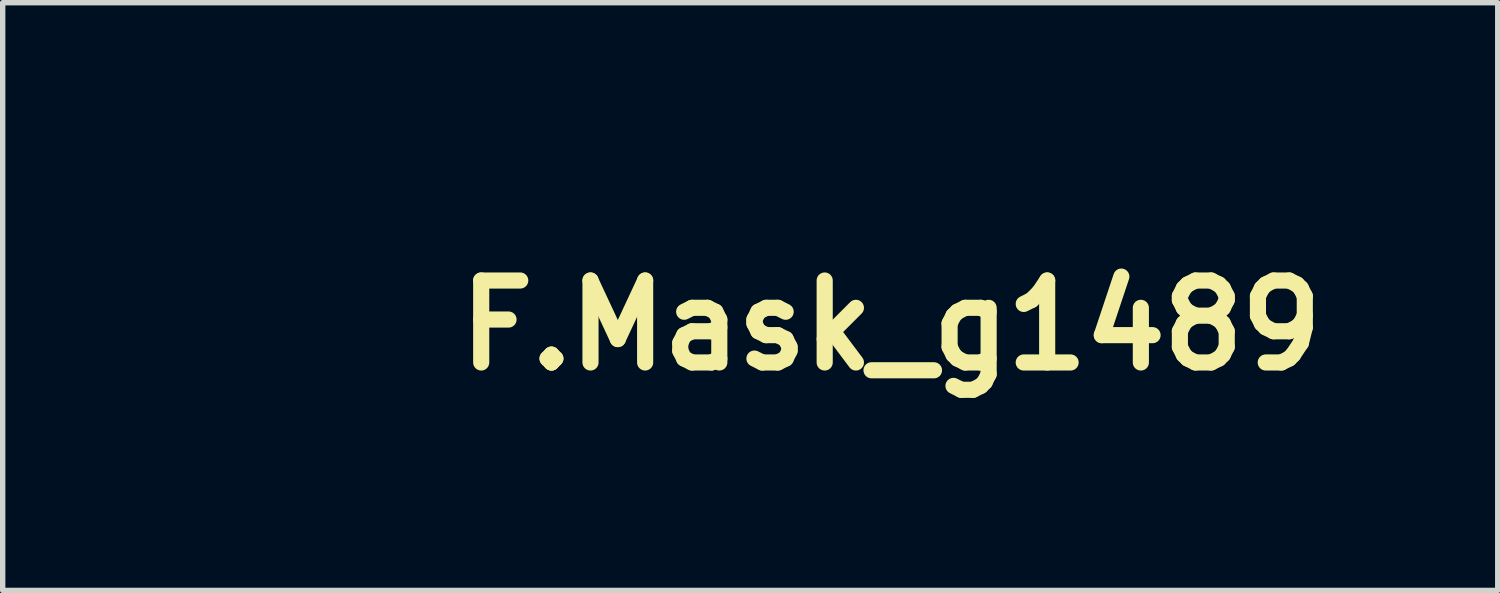
<source format=kicad_pcb>
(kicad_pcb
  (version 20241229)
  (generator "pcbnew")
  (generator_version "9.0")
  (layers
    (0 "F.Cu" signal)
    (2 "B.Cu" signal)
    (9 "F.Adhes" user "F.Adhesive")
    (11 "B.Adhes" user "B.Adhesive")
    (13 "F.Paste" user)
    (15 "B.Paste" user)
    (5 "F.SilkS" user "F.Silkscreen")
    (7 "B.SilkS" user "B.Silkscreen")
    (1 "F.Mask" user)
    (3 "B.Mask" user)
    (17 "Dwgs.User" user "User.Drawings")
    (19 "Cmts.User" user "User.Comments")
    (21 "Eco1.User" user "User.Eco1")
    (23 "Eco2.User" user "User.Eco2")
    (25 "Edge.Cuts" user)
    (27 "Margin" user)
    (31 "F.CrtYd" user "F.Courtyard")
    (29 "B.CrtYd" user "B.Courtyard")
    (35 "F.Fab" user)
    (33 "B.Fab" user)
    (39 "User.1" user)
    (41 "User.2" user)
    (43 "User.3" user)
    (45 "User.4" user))
  (footprint "F.Mask_g1489"
    (layer "F.Cu")
    (at 13.517 3)
    (property "Reference" "F.Mask_g1489" (at 0 0 0) (layer "F.SilkS") (effects (font (size 1.524 1.524) (thickness 0.3))))
    (attr through_hole)
    (fp_poly (pts (xy -5.44 -1.185) (xy -5.609 -1.185) (xy -5.609 -2.413) (xy -5.44 -2.413) (xy -5.44 -1.185)) (stroke (width 0.01) (type solid)) (fill yes) (layer "F.Mask"))
    (fp_poly (pts (xy -2.117 -1.185) (xy -2.307 -1.185) (xy -2.307 -2.413) (xy -2.117 -2.413) (xy -2.117 -1.185)) (stroke (width 0.01) (type solid)) (fill yes) (layer "F.Mask"))
    (fp_poly (pts (xy -2.172 -2.912) (xy -2.128 -2.874) (xy -2.098 -2.797) (xy -2.106 -2.714) (xy -2.117 -2.687) (xy -2.156 -2.653) (xy -2.211 -2.646) (xy -2.266 -2.665) (xy -2.295 -2.693) (xy -2.325 -2.766) (xy -2.316 -2.836) (xy -2.286 -2.879) (xy -2.228 -2.916) (xy -2.172 -2.912)) (stroke (width 0.01) (type solid)) (fill yes) (layer "F.Mask"))
    (fp_poly (pts (xy -5.492 -2.91) (xy -5.487 -2.909) (xy -5.431 -2.871) (xy -5.404 -2.815) (xy -5.404 -2.753) (xy -5.43 -2.698) (xy -5.48 -2.659) (xy -5.518 -2.65) (xy -5.574 -2.654) (xy -5.607 -2.684) (xy -5.608 -2.686) (xy -5.63 -2.758) (xy -5.625 -2.825) (xy -5.597 -2.879) (xy -5.551 -2.911) (xy -5.492 -2.91)) (stroke (width 0.01) (type solid)) (fill yes) (layer "F.Mask"))
    (fp_poly (pts (xy 1.714 1.714) (xy 1.968 1.714) (xy 1.968 1.884) (xy 1.27 1.884) (xy 1.27 1.714) (xy 1.545 1.714) (xy 1.545 0.572) (xy 1.333 0.572) (xy 1.333 0.495) (xy 1.339 0.441) (xy 1.362 0.414) (xy 1.379 0.408) (xy 1.424 0.391) (xy 1.487 0.362) (xy 1.517 0.346) (xy 1.583 0.316) (xy 1.643 0.299) (xy 1.663 0.296) (xy 1.714 0.296) (xy 1.714 1.714)) (stroke (width 0.01) (type solid)) (fill yes) (layer "F.Mask"))
    (fp_poly (pts (xy -2.233 -0.028) (xy -2.199 0.007) (xy -2.164 0.047) (xy -2.142 0.079) (xy -2.139 0.087) (xy -2.15 0.107) (xy -2.182 0.151) (xy -2.226 0.212) (xy -2.279 0.282) (xy -2.332 0.352) (xy -2.381 0.415) (xy -2.419 0.462) (xy -2.439 0.485) (xy -2.441 0.486) (xy -2.455 0.471) (xy -2.482 0.434) (xy -2.484 0.432) (xy -2.508 0.386) (xy -2.512 0.35) (xy -2.494 0.317) (xy -2.461 0.262) (xy -2.418 0.194) (xy -2.371 0.121) (xy -2.325 0.052) (xy -2.286 -0.003) (xy -2.26 -0.036) (xy -2.254 -0.042) (xy -2.233 -0.028)) (stroke (width 0.01) (type solid)) (fill yes) (layer "F.Mask"))
    (fp_poly (pts (xy -2.926 0.654) (xy -2.891 0.665) (xy -2.879 0.703) (xy -2.879 0.714) (xy -2.885 0.796) (xy -2.903 0.842) (xy -2.937 0.857) (xy -2.961 0.855) (xy -3.026 0.862) (xy -3.093 0.905) (xy -3.152 0.977) (xy -3.177 1.025) (xy -3.192 1.062) (xy -3.202 1.105) (xy -3.209 1.162) (xy -3.214 1.239) (xy -3.216 1.344) (xy -3.217 1.483) (xy -3.217 1.498) (xy -3.217 1.884) (xy -3.387 1.884) (xy -3.387 0.677) (xy -3.239 0.677) (xy -3.238 0.778) (xy -3.238 0.878) (xy -3.19 0.799) (xy -3.13 0.717) (xy -3.065 0.671) (xy -2.983 0.654) (xy -2.926 0.654)) (stroke (width 0.01) (type solid)) (fill yes) (layer "F.Mask"))
    (fp_poly (pts (xy -4.902 0.658) (xy -4.819 0.701) (xy -4.752 0.78) (xy -4.721 0.847) (xy -4.71 0.898) (xy -4.701 0.988) (xy -4.693 1.115) (xy -4.687 1.277) (xy -4.683 1.402) (xy -4.672 1.884) (xy -4.866 1.884) (xy -4.872 1.41) (xy -4.875 1.255) (xy -4.878 1.136) (xy -4.881 1.049) (xy -4.886 0.987) (xy -4.893 0.945) (xy -4.902 0.917) (xy -4.914 0.898) (xy -4.919 0.891) (xy -4.979 0.852) (xy -5.049 0.853) (xy -5.129 0.894) (xy -5.165 0.923) (xy -5.249 1) (xy -5.249 1.884) (xy -5.419 1.884) (xy -5.419 0.677) (xy -5.345 0.677) (xy -5.296 0.68) (xy -5.275 0.698) (xy -5.271 0.742) (xy -5.271 0.756) (xy -5.271 0.834) (xy -5.189 0.754) (xy -5.093 0.683) (xy -4.995 0.652) (xy -4.902 0.658)) (stroke (width 0.01) (type solid)) (fill yes) (layer "F.Mask"))
    (fp_poly (pts (xy -8.696 -2.984) (xy -8.695 -2.983) (xy -8.642 -2.966) (xy -8.62 -2.947) (xy -8.62 -2.912) (xy -8.623 -2.896) (xy -8.632 -2.843) (xy -8.636 -2.81) (xy -8.654 -2.799) (xy -8.701 -2.802) (xy -8.706 -2.802) (xy -8.771 -2.807) (xy -8.815 -2.789) (xy -8.844 -2.744) (xy -8.86 -2.665) (xy -8.866 -2.584) (xy -8.873 -2.413) (xy -8.678 -2.413) (xy -8.678 -2.223) (xy -8.869 -2.223) (xy -8.869 -1.185) (xy -9.038 -1.185) (xy -9.038 -2.223) (xy -9.102 -2.223) (xy -9.142 -2.226) (xy -9.16 -2.244) (xy -9.165 -2.289) (xy -9.165 -2.308) (xy -9.162 -2.363) (xy -9.146 -2.391) (xy -9.109 -2.404) (xy -9.102 -2.406) (xy -9.038 -2.418) (xy -9.038 -2.591) (xy -9.028 -2.738) (xy -8.998 -2.85) (xy -8.946 -2.929) (xy -8.871 -2.976) (xy -8.861 -2.979) (xy -8.779 -2.995) (xy -8.696 -2.984)) (stroke (width 0.01) (type solid)) (fill yes) (layer "F.Mask"))
    (fp_poly (pts (xy -6.086 -2.43) (xy -6.036 -2.412) (xy -5.991 -2.374) (xy -5.991 -2.374) (xy -5.959 -2.338) (xy -5.934 -2.297) (xy -5.916 -2.245) (xy -5.902 -2.178) (xy -5.893 -2.089) (xy -5.888 -1.973) (xy -5.885 -1.825) (xy -5.884 -1.667) (xy -5.884 -1.185) (xy -6.054 -1.185) (xy -6.054 -1.631) (xy -6.055 -1.805) (xy -6.058 -1.942) (xy -6.065 -2.046) (xy -6.077 -2.122) (xy -6.094 -2.174) (xy -6.117 -2.208) (xy -6.147 -2.228) (xy -6.167 -2.234) (xy -6.231 -2.24) (xy -6.291 -2.217) (xy -6.356 -2.163) (xy -6.38 -2.137) (xy -6.456 -2.053) (xy -6.456 -1.185) (xy -6.625 -1.185) (xy -6.625 -2.413) (xy -6.553 -2.413) (xy -6.505 -2.409) (xy -6.481 -2.387) (xy -6.468 -2.337) (xy -6.453 -2.262) (xy -6.36 -2.348) (xy -6.302 -2.397) (xy -6.255 -2.423) (xy -6.203 -2.433) (xy -6.158 -2.434) (xy -6.086 -2.43)) (stroke (width 0.01) (type solid)) (fill yes) (layer "F.Mask"))
    (fp_poly (pts (xy -4.36 -1.984) (xy -4.359 -1.848) (xy -4.356 -1.722) (xy -4.351 -1.613) (xy -4.346 -1.53) (xy -4.339 -1.48) (xy -4.338 -1.477) (xy -4.302 -1.4) (xy -4.249 -1.361) (xy -4.183 -1.359) (xy -4.11 -1.396) (xy -4.061 -1.44) (xy -3.979 -1.526) (xy -3.979 -2.413) (xy -3.788 -2.413) (xy -3.794 -1.804) (xy -3.799 -1.196) (xy -3.868 -1.189) (xy -3.912 -1.188) (xy -3.935 -1.204) (xy -3.947 -1.249) (xy -3.949 -1.266) (xy -3.963 -1.348) (xy -4.041 -1.264) (xy -4.096 -1.212) (xy -4.146 -1.184) (xy -4.212 -1.172) (xy -4.224 -1.171) (xy -4.307 -1.171) (xy -4.371 -1.19) (xy -4.396 -1.204) (xy -4.435 -1.234) (xy -4.465 -1.273) (xy -4.489 -1.326) (xy -4.506 -1.397) (xy -4.518 -1.492) (xy -4.525 -1.615) (xy -4.529 -1.771) (xy -4.53 -1.941) (xy -4.53 -2.413) (xy -4.36 -2.413) (xy -4.36 -1.984)) (stroke (width 0.01) (type solid)) (fill yes) (layer "F.Mask"))
    (fp_poly (pts (xy 0.735 -2.803) (xy 0.831 -2.759) (xy 0.912 -2.682) (xy 0.971 -2.573) (xy 0.982 -2.54) (xy 1.008 -2.415) (xy 1.009 -2.288) (xy 0.985 -2.154) (xy 0.934 -2.009) (xy 0.854 -1.847) (xy 0.744 -1.665) (xy 0.689 -1.582) (xy 0.55 -1.376) (xy 1.079 -1.376) (xy 1.079 -1.185) (xy 0.296 -1.185) (xy 0.296 -1.26) (xy 0.301 -1.297) (xy 0.317 -1.341) (xy 0.349 -1.398) (xy 0.399 -1.476) (xy 0.471 -1.579) (xy 0.487 -1.6) (xy 0.617 -1.791) (xy 0.718 -1.961) (xy 0.79 -2.107) (xy 0.831 -2.229) (xy 0.838 -2.267) (xy 0.84 -2.381) (xy 0.815 -2.48) (xy 0.768 -2.558) (xy 0.703 -2.609) (xy 0.631 -2.625) (xy 0.577 -2.611) (xy 0.512 -2.568) (xy 0.47 -2.531) (xy 0.37 -2.438) (xy 0.323 -2.504) (xy 0.276 -2.57) (xy 0.326 -2.634) (xy 0.42 -2.73) (xy 0.523 -2.789) (xy 0.631 -2.813) (xy 0.735 -2.803)) (stroke (width 0.01) (type solid)) (fill yes) (layer "F.Mask"))
    (fp_poly (pts (xy -2.731 -2.413) (xy -2.477 -2.413) (xy -2.477 -2.223) (xy -2.731 -2.223) (xy -2.729 -1.868) (xy -2.727 -1.718) (xy -2.722 -1.594) (xy -2.714 -1.5) (xy -2.704 -1.443) (xy -2.703 -1.439) (xy -2.684 -1.394) (xy -2.66 -1.373) (xy -2.616 -1.366) (xy -2.578 -1.366) (xy -2.518 -1.365) (xy -2.487 -1.355) (xy -2.473 -1.326) (xy -2.466 -1.295) (xy -2.462 -1.237) (xy -2.479 -1.201) (xy -2.525 -1.181) (xy -2.606 -1.17) (xy -2.608 -1.17) (xy -2.694 -1.17) (xy -2.752 -1.186) (xy -2.768 -1.196) (xy -2.806 -1.227) (xy -2.835 -1.262) (xy -2.857 -1.307) (xy -2.872 -1.368) (xy -2.883 -1.451) (xy -2.89 -1.561) (xy -2.894 -1.704) (xy -2.896 -1.794) (xy -2.904 -2.223) (xy -2.965 -2.223) (xy -3.005 -2.226) (xy -3.022 -2.245) (xy -3.027 -2.291) (xy -3.027 -2.306) (xy -3.024 -2.361) (xy -3.007 -2.388) (xy -2.966 -2.401) (xy -2.953 -2.404) (xy -2.879 -2.418) (xy -2.879 -2.752) (xy -2.731 -2.752) (xy -2.731 -2.413)) (stroke (width 0.01) (type solid)) (fill yes) (layer "F.Mask"))
    (fp_poly (pts (xy -1.098 -2.803) (xy -1.004 -2.762) (xy -0.998 -2.757) (xy -0.924 -2.679) (xy -0.868 -2.572) (xy -0.836 -2.445) (xy -0.831 -2.404) (xy -0.832 -2.279) (xy -0.856 -2.148) (xy -0.906 -2.007) (xy -0.983 -1.851) (xy -1.089 -1.675) (xy -1.154 -1.578) (xy -1.291 -1.376) (xy -0.762 -1.376) (xy -0.762 -1.185) (xy -1.545 -1.185) (xy -1.545 -1.26) (xy -1.54 -1.297) (xy -1.523 -1.342) (xy -1.491 -1.4) (xy -1.438 -1.478) (xy -1.364 -1.582) (xy -1.24 -1.761) (xy -1.14 -1.926) (xy -1.065 -2.073) (xy -1.017 -2.199) (xy -1 -2.283) (xy -1.002 -2.399) (xy -1.031 -2.498) (xy -1.083 -2.572) (xy -1.154 -2.615) (xy -1.212 -2.625) (xy -1.262 -2.614) (xy -1.318 -2.578) (xy -1.371 -2.529) (xy -1.421 -2.481) (xy -1.456 -2.448) (xy -1.47 -2.439) (xy -1.484 -2.458) (xy -1.514 -2.497) (xy -1.52 -2.506) (xy -1.566 -2.566) (xy -1.502 -2.647) (xy -1.415 -2.73) (xy -1.313 -2.785) (xy -1.204 -2.81) (xy -1.098 -2.803)) (stroke (width 0.01) (type solid)) (fill yes) (layer "F.Mask"))
    (fp_poly (pts (xy -3.323 -2.413) (xy -3.069 -2.413) (xy -3.069 -2.223) (xy -3.328 -2.223) (xy -3.319 -1.836) (xy -3.315 -1.68) (xy -3.31 -1.56) (xy -3.301 -1.474) (xy -3.288 -1.415) (xy -3.268 -1.379) (xy -3.24 -1.361) (xy -3.204 -1.357) (xy -3.164 -1.36) (xy -3.107 -1.365) (xy -3.078 -1.356) (xy -3.065 -1.326) (xy -3.059 -1.296) (xy -3.055 -1.24) (xy -3.065 -1.203) (xy -3.066 -1.201) (xy -3.107 -1.183) (xy -3.172 -1.172) (xy -3.246 -1.171) (xy -3.313 -1.179) (xy -3.344 -1.19) (xy -3.387 -1.226) (xy -3.429 -1.283) (xy -3.44 -1.302) (xy -3.454 -1.336) (xy -3.466 -1.375) (xy -3.474 -1.426) (xy -3.48 -1.495) (xy -3.484 -1.589) (xy -3.487 -1.715) (xy -3.489 -1.804) (xy -3.496 -2.223) (xy -3.558 -2.223) (xy -3.598 -2.226) (xy -3.615 -2.245) (xy -3.619 -2.291) (xy -3.619 -2.306) (xy -3.616 -2.361) (xy -3.6 -2.388) (xy -3.559 -2.401) (xy -3.546 -2.404) (xy -3.473 -2.417) (xy -3.467 -2.579) (xy -3.461 -2.741) (xy -3.392 -2.748) (xy -3.323 -2.754) (xy -3.323 -2.413)) (stroke (width 0.01) (type solid)) (fill yes) (layer "F.Mask"))
    (fp_poly (pts (xy -4.953 -2.413) (xy -4.699 -2.413) (xy -4.699 -2.223) (xy -4.956 -2.223) (xy -4.949 -1.824) (xy -4.946 -1.669) (xy -4.941 -1.552) (xy -4.934 -1.467) (xy -4.921 -1.411) (xy -4.902 -1.377) (xy -4.875 -1.361) (xy -4.838 -1.358) (xy -4.792 -1.362) (xy -4.737 -1.368) (xy -4.709 -1.359) (xy -4.697 -1.327) (xy -4.692 -1.296) (xy -4.688 -1.24) (xy -4.696 -1.202) (xy -4.699 -1.198) (xy -4.73 -1.186) (xy -4.788 -1.174) (xy -4.835 -1.169) (xy -4.905 -1.165) (xy -4.95 -1.173) (xy -4.987 -1.196) (xy -5.014 -1.221) (xy -5.049 -1.263) (xy -5.076 -1.31) (xy -5.096 -1.371) (xy -5.109 -1.449) (xy -5.117 -1.553) (xy -5.121 -1.687) (xy -5.122 -1.836) (xy -5.122 -2.223) (xy -5.186 -2.223) (xy -5.226 -2.226) (xy -5.245 -2.244) (xy -5.249 -2.289) (xy -5.249 -2.308) (xy -5.246 -2.363) (xy -5.23 -2.391) (xy -5.193 -2.404) (xy -5.188 -2.405) (xy -5.147 -2.42) (xy -5.122 -2.449) (xy -5.108 -2.501) (xy -5.102 -2.584) (xy -5.101 -2.63) (xy -5.101 -2.752) (xy -4.953 -2.752) (xy -4.953 -2.413)) (stroke (width 0.01) (type solid)) (fill yes) (layer "F.Mask"))
    (fp_poly (pts (xy -1.096 0.282) (xy -1.092 0.283) (xy -1.002 0.327) (xy -0.927 0.404) (xy -0.869 0.509) (xy -0.835 0.633) (xy -0.826 0.742) (xy -0.842 0.874) (xy -0.888 1.027) (xy -0.962 1.195) (xy -1.062 1.373) (xy -1.184 1.555) (xy -1.185 1.556) (xy -1.228 1.615) (xy -1.261 1.662) (xy -1.275 1.683) (xy -1.26 1.692) (xy -1.205 1.697) (xy -1.111 1.698) (xy -1.025 1.696) (xy -0.762 1.689) (xy -0.762 1.884) (xy -1.545 1.884) (xy -1.545 1.82) (xy -1.537 1.781) (xy -1.51 1.724) (xy -1.463 1.647) (xy -1.392 1.542) (xy -1.356 1.491) (xy -1.227 1.305) (xy -1.129 1.143) (xy -1.059 1.002) (xy -1.016 0.878) (xy -0.999 0.769) (xy -1.006 0.67) (xy -1.025 0.603) (xy -1.064 0.526) (xy -1.113 0.483) (xy -1.184 0.467) (xy -1.216 0.466) (xy -1.268 0.472) (xy -1.315 0.498) (xy -1.372 0.549) (xy -1.378 0.555) (xy -1.465 0.645) (xy -1.514 0.583) (xy -1.564 0.521) (xy -1.521 0.462) (xy -1.433 0.369) (xy -1.327 0.306) (xy -1.211 0.276) (xy -1.096 0.282)) (stroke (width 0.01) (type solid)) (fill yes) (layer "F.Mask"))
    (fp_poly (pts (xy -13.002 -2.424) (xy -12.904 -2.385) (xy -12.841 -2.332) (xy -12.817 -2.3) (xy -12.816 -2.27) (xy -12.837 -2.224) (xy -12.865 -2.176) (xy -12.892 -2.163) (xy -12.929 -2.183) (xy -12.954 -2.201) (xy -13.031 -2.238) (xy -13.111 -2.238) (xy -13.187 -2.202) (xy -13.253 -2.135) (xy -13.301 -2.04) (xy -13.301 -2.039) (xy -13.326 -1.925) (xy -13.334 -1.793) (xy -13.325 -1.662) (xy -13.301 -1.56) (xy -13.252 -1.462) (xy -13.186 -1.394) (xy -13.108 -1.36) (xy -13.026 -1.361) (xy -12.945 -1.401) (xy -12.937 -1.408) (xy -12.894 -1.441) (xy -12.865 -1.46) (xy -12.862 -1.46) (xy -12.845 -1.444) (xy -12.819 -1.402) (xy -12.815 -1.395) (xy -12.795 -1.348) (xy -12.798 -1.317) (xy -12.827 -1.279) (xy -12.831 -1.276) (xy -12.92 -1.208) (xy -13.028 -1.172) (xy -13.143 -1.168) (xy -13.24 -1.194) (xy -13.34 -1.26) (xy -13.418 -1.36) (xy -13.473 -1.493) (xy -13.505 -1.654) (xy -13.512 -1.799) (xy -13.504 -1.948) (xy -13.482 -2.07) (xy -13.441 -2.178) (xy -13.387 -2.27) (xy -13.31 -2.353) (xy -13.214 -2.408) (xy -13.108 -2.432) (xy -13.002 -2.424)) (stroke (width 0.01) (type solid)) (fill yes) (layer "F.Mask"))
    (fp_poly (pts (xy -7.102 -2.43) (xy -7.052 -2.412) (xy -7.007 -2.374) (xy -7.007 -2.374) (xy -6.975 -2.338) (xy -6.95 -2.297) (xy -6.932 -2.245) (xy -6.918 -2.178) (xy -6.909 -2.089) (xy -6.904 -1.973) (xy -6.901 -1.825) (xy -6.9 -1.667) (xy -6.9 -1.185) (xy -7.07 -1.185) (xy -7.07 -1.641) (xy -7.07 -1.802) (xy -7.072 -1.926) (xy -7.076 -2.019) (xy -7.082 -2.085) (xy -7.09 -2.13) (xy -7.101 -2.157) (xy -7.15 -2.221) (xy -7.211 -2.244) (xy -7.283 -2.226) (xy -7.365 -2.168) (xy -7.366 -2.167) (xy -7.451 -2.091) (xy -7.451 -1.185) (xy -7.536 -1.185) (xy -7.595 -1.192) (xy -7.629 -1.208) (xy -7.632 -1.212) (xy -7.634 -1.24) (xy -7.636 -1.304) (xy -7.637 -1.399) (xy -7.638 -1.519) (xy -7.637 -1.658) (xy -7.636 -1.811) (xy -7.636 -1.821) (xy -7.631 -2.402) (xy -7.569 -2.409) (xy -7.511 -2.403) (xy -7.48 -2.365) (xy -7.472 -2.31) (xy -7.47 -2.284) (xy -7.459 -2.279) (xy -7.431 -2.298) (xy -7.381 -2.343) (xy -7.377 -2.347) (xy -7.319 -2.397) (xy -7.273 -2.423) (xy -7.221 -2.433) (xy -7.174 -2.434) (xy -7.102 -2.43)) (stroke (width 0.01) (type solid)) (fill yes) (layer "F.Mask"))
    (fp_poly (pts (xy -3.662 1.884) (xy -3.736 1.884) (xy -3.788 1.878) (xy -3.814 1.855) (xy -3.823 1.829) (xy -3.836 1.775) (xy -3.892 1.828) (xy -3.988 1.896) (xy -4.09 1.922) (xy -4.196 1.907) (xy -4.224 1.896) (xy -4.316 1.834) (xy -4.388 1.735) (xy -4.438 1.603) (xy -4.467 1.439) (xy -4.473 1.321) (xy -4.29 1.321) (xy -4.283 1.442) (xy -4.262 1.546) (xy -4.242 1.598) (xy -4.182 1.68) (xy -4.109 1.722) (xy -4.029 1.725) (xy -3.946 1.687) (xy -3.911 1.657) (xy -3.852 1.601) (xy -3.852 0.934) (xy -3.914 0.89) (xy -4.002 0.848) (xy -4.084 0.847) (xy -4.159 0.886) (xy -4.223 0.965) (xy -4.238 0.993) (xy -4.268 1.083) (xy -4.285 1.197) (xy -4.29 1.321) (xy -4.473 1.321) (xy -4.474 1.302) (xy -4.465 1.13) (xy -4.436 0.99) (xy -4.384 0.871) (xy -4.306 0.768) (xy -4.296 0.757) (xy -4.233 0.697) (xy -4.177 0.664) (xy -4.113 0.653) (xy -4.024 0.656) (xy -4.022 0.656) (xy -3.97 0.671) (xy -3.911 0.704) (xy -3.903 0.71) (xy -3.838 0.759) (xy -3.848 0.443) (xy -3.858 0.127) (xy -3.662 0.127) (xy -3.662 1.884)) (stroke (width 0.01) (type solid)) (fill yes) (layer "F.Mask"))
    (fp_poly (pts (xy 0.766 0.294) (xy 0.861 0.35) (xy 0.936 0.439) (xy 0.986 0.558) (xy 1.008 0.672) (xy 1.008 0.806) (xy 0.979 0.95) (xy 0.92 1.108) (xy 0.829 1.282) (xy 0.705 1.478) (xy 0.688 1.503) (xy 0.639 1.576) (xy 0.598 1.636) (xy 0.572 1.675) (xy 0.567 1.683) (xy 0.581 1.692) (xy 0.636 1.697) (xy 0.731 1.698) (xy 0.817 1.696) (xy 1.079 1.689) (xy 1.079 1.884) (xy 0.296 1.884) (xy 0.296 1.813) (xy 0.306 1.76) (xy 0.336 1.697) (xy 0.393 1.614) (xy 0.401 1.603) (xy 0.485 1.488) (xy 0.569 1.366) (xy 0.647 1.246) (xy 0.714 1.137) (xy 0.763 1.047) (xy 0.781 1.01) (xy 0.825 0.874) (xy 0.839 0.744) (xy 0.824 0.629) (xy 0.78 0.535) (xy 0.762 0.512) (xy 0.709 0.477) (xy 0.633 0.466) (xy 0.631 0.466) (xy 0.574 0.471) (xy 0.529 0.491) (xy 0.479 0.534) (xy 0.461 0.552) (xy 0.412 0.601) (xy 0.38 0.621) (xy 0.356 0.618) (xy 0.347 0.612) (xy 0.304 0.567) (xy 0.293 0.523) (xy 0.316 0.471) (xy 0.352 0.426) (xy 0.435 0.344) (xy 0.518 0.296) (xy 0.613 0.276) (xy 0.652 0.275) (xy 0.766 0.294)) (stroke (width 0.01) (type solid)) (fill yes) (layer "F.Mask"))
    (fp_poly (pts (xy -5.78 1.042) (xy -5.735 1.219) (xy -5.693 1.383) (xy -5.656 1.53) (xy -5.624 1.656) (xy -5.598 1.755) (xy -5.581 1.823) (xy -5.572 1.856) (xy -5.571 1.857) (xy -5.58 1.875) (xy -5.625 1.883) (xy -5.658 1.884) (xy -5.753 1.884) (xy -5.81 1.64) (xy -5.866 1.397) (xy -6.285 1.397) (xy -6.307 1.476) (xy -6.322 1.537) (xy -6.343 1.621) (xy -6.364 1.712) (xy -6.366 1.72) (xy -6.403 1.884) (xy -6.495 1.884) (xy -6.556 1.879) (xy -6.579 1.866) (xy -6.578 1.857) (xy -6.571 1.832) (xy -6.555 1.769) (xy -6.531 1.675) (xy -6.5 1.554) (xy -6.463 1.41) (xy -6.422 1.249) (xy -6.411 1.206) (xy -6.245 1.206) (xy -5.912 1.206) (xy -5.989 0.869) (xy -6.015 0.755) (xy -6.039 0.656) (xy -6.059 0.579) (xy -6.073 0.531) (xy -6.078 0.519) (xy -6.088 0.531) (xy -6.102 0.576) (xy -6.116 0.64) (xy -6.135 0.731) (xy -6.158 0.839) (xy -6.18 0.931) (xy -6.201 1.017) (xy -6.219 1.093) (xy -6.231 1.145) (xy -6.232 1.148) (xy -6.245 1.206) (xy -6.411 1.206) (xy -6.378 1.074) (xy -6.37 1.042) (xy -6.17 0.254) (xy -6.075 0.254) (xy -5.979 0.254) (xy -5.78 1.042)) (stroke (width 0.01) (type solid)) (fill yes) (layer "F.Mask"))
    (fp_poly (pts (xy -12.186 -2.415) (xy -12.094 -2.374) (xy -12.077 -2.363) (xy -11.994 -2.274) (xy -11.931 -2.157) (xy -11.89 -2.018) (xy -11.869 -1.867) (xy -11.871 -1.71) (xy -11.895 -1.557) (xy -11.943 -1.416) (xy -12.003 -1.311) (xy -12.079 -1.236) (xy -12.177 -1.187) (xy -12.284 -1.167) (xy -12.389 -1.179) (xy -12.435 -1.197) (xy -12.512 -1.246) (xy -12.572 -1.309) (xy -12.625 -1.396) (xy -12.65 -1.446) (xy -12.677 -1.511) (xy -12.695 -1.568) (xy -12.704 -1.63) (xy -12.708 -1.71) (xy -12.709 -1.799) (xy -12.531 -1.799) (xy -12.522 -1.651) (xy -12.495 -1.535) (xy -12.447 -1.445) (xy -12.423 -1.416) (xy -12.351 -1.365) (xy -12.274 -1.354) (xy -12.199 -1.384) (xy -12.163 -1.415) (xy -12.105 -1.503) (xy -12.066 -1.617) (xy -12.047 -1.745) (xy -12.048 -1.878) (xy -12.07 -2.005) (xy -12.111 -2.114) (xy -12.163 -2.188) (xy -12.236 -2.236) (xy -12.315 -2.243) (xy -12.39 -2.211) (xy -12.423 -2.182) (xy -12.479 -2.101) (xy -12.514 -1.996) (xy -12.529 -1.86) (xy -12.531 -1.799) (xy -12.709 -1.799) (xy -12.707 -1.905) (xy -12.702 -1.982) (xy -12.69 -2.044) (xy -12.67 -2.103) (xy -12.648 -2.154) (xy -12.586 -2.265) (xy -12.511 -2.353) (xy -12.432 -2.41) (xy -12.391 -2.426) (xy -12.292 -2.434) (xy -12.186 -2.415)) (stroke (width 0.01) (type solid)) (fill yes) (layer "F.Mask"))
    (fp_poly (pts (xy -2.34 0.656) (xy -2.247 0.698) (xy -2.163 0.777) (xy -2.111 0.857) (xy -2.085 0.922) (xy -2.068 1.005) (xy -2.058 1.118) (xy -2.057 1.138) (xy -2.048 1.333) (xy -2.646 1.333) (xy -2.645 1.402) (xy -2.63 1.493) (xy -2.589 1.587) (xy -2.534 1.666) (xy -2.508 1.69) (xy -2.426 1.729) (xy -2.329 1.73) (xy -2.224 1.694) (xy -2.223 1.693) (xy -2.168 1.669) (xy -2.136 1.67) (xy -2.113 1.702) (xy -2.097 1.743) (xy -2.087 1.779) (xy -2.097 1.806) (xy -2.134 1.836) (xy -2.161 1.853) (xy -2.263 1.898) (xy -2.378 1.918) (xy -2.489 1.91) (xy -2.511 1.904) (xy -2.586 1.863) (xy -2.662 1.791) (xy -2.729 1.7) (xy -2.778 1.599) (xy -2.786 1.573) (xy -2.814 1.43) (xy -2.822 1.272) (xy -2.815 1.185) (xy -2.663 1.185) (xy -2.201 1.185) (xy -2.201 1.116) (xy -2.214 1.039) (xy -2.245 0.959) (xy -2.289 0.89) (xy -2.338 0.845) (xy -2.353 0.838) (xy -2.431 0.831) (xy -2.505 0.863) (xy -2.57 0.927) (xy -2.62 1.021) (xy -2.642 1.096) (xy -2.663 1.185) (xy -2.815 1.185) (xy -2.809 1.115) (xy -2.777 0.978) (xy -2.772 0.963) (xy -2.708 0.835) (xy -2.628 0.74) (xy -2.536 0.678) (xy -2.438 0.65) (xy -2.34 0.656)) (stroke (width 0.01) (type solid)) (fill yes) (layer "F.Mask"))
    (fp_poly (pts (xy -10.424 -2.421) (xy -10.334 -2.377) (xy -10.259 -2.295) (xy -10.226 -2.237) (xy -10.192 -2.145) (xy -10.167 -2.031) (xy -10.153 -1.913) (xy -10.154 -1.811) (xy -10.156 -1.797) (xy -10.165 -1.736) (xy -10.753 -1.736) (xy -10.752 -1.677) (xy -10.737 -1.596) (xy -10.698 -1.507) (xy -10.645 -1.43) (xy -10.615 -1.401) (xy -10.536 -1.363) (xy -10.442 -1.356) (xy -10.347 -1.379) (xy -10.313 -1.397) (xy -10.243 -1.44) (xy -10.214 -1.371) (xy -10.198 -1.316) (xy -10.208 -1.275) (xy -10.249 -1.24) (xy -10.319 -1.204) (xy -10.443 -1.169) (xy -10.57 -1.176) (xy -10.665 -1.21) (xy -10.767 -1.284) (xy -10.843 -1.391) (xy -10.893 -1.531) (xy -10.918 -1.704) (xy -10.919 -1.866) (xy -10.908 -1.953) (xy -10.752 -1.953) (xy -10.751 -1.931) (xy -10.74 -1.918) (xy -10.714 -1.91) (xy -10.663 -1.906) (xy -10.581 -1.905) (xy -10.53 -1.905) (xy -10.308 -1.905) (xy -10.309 -1.974) (xy -10.318 -2.037) (xy -10.341 -2.11) (xy -10.35 -2.133) (xy -10.403 -2.211) (xy -10.469 -2.252) (xy -10.544 -2.253) (xy -10.622 -2.214) (xy -10.634 -2.204) (xy -10.675 -2.154) (xy -10.714 -2.081) (xy -10.743 -2.006) (xy -10.752 -1.953) (xy -10.908 -1.953) (xy -10.898 -2.042) (xy -10.853 -2.187) (xy -10.785 -2.3) (xy -10.695 -2.379) (xy -10.584 -2.422) (xy -10.534 -2.429) (xy -10.424 -2.421)) (stroke (width 0.01) (type solid)) (fill yes) (layer "F.Mask"))
    (fp_poly (pts (xy -0.172 -2.808) (xy -0.083 -2.767) (xy -0.001 -2.689) (xy 0.062 -2.579) (xy 0.108 -2.433) (xy 0.136 -2.251) (xy 0.147 -2.032) (xy 0.147 -1.99) (xy 0.139 -1.764) (xy 0.114 -1.576) (xy 0.071 -1.424) (xy 0.011 -1.307) (xy -0.067 -1.224) (xy -0.083 -1.213) (xy -0.175 -1.174) (xy -0.277 -1.167) (xy -0.351 -1.185) (xy -0.413 -1.229) (xy -0.476 -1.306) (xy -0.532 -1.408) (xy -0.552 -1.455) (xy -0.571 -1.511) (xy -0.585 -1.57) (xy -0.595 -1.642) (xy -0.602 -1.735) (xy -0.607 -1.859) (xy -0.609 -1.905) (xy -0.61 -1.99) (xy -0.445 -1.99) (xy -0.44 -1.79) (xy -0.422 -1.63) (xy -0.392 -1.508) (xy -0.35 -1.423) (xy -0.333 -1.402) (xy -0.272 -1.363) (xy -0.205 -1.362) (xy -0.142 -1.398) (xy -0.122 -1.421) (xy -0.078 -1.509) (xy -0.046 -1.636) (xy -0.027 -1.802) (xy -0.022 -1.99) (xy -0.028 -2.193) (xy -0.048 -2.356) (xy -0.081 -2.48) (xy -0.128 -2.565) (xy -0.188 -2.611) (xy -0.225 -2.62) (xy -0.294 -2.609) (xy -0.35 -2.558) (xy -0.393 -2.468) (xy -0.423 -2.338) (xy -0.441 -2.169) (xy -0.445 -1.99) (xy -0.61 -1.99) (xy -0.611 -2.085) (xy -0.607 -2.232) (xy -0.594 -2.353) (xy -0.571 -2.456) (xy -0.538 -2.549) (xy -0.513 -2.603) (xy -0.444 -2.709) (xy -0.361 -2.779) (xy -0.269 -2.813) (xy -0.172 -2.808)) (stroke (width 0.01) (type solid)) (fill yes) (layer "F.Mask"))
    (fp_poly (pts (xy -11.301 -2.424) (xy -11.219 -2.398) (xy -11.154 -2.36) (xy -11.113 -2.316) (xy -11.103 -2.269) (xy -11.11 -2.251) (xy -11.144 -2.195) (xy -11.17 -2.173) (xy -11.201 -2.179) (xy -11.25 -2.21) (xy -11.334 -2.254) (xy -11.404 -2.26) (xy -11.467 -2.228) (xy -11.484 -2.213) (xy -11.529 -2.15) (xy -11.536 -2.088) (xy -11.504 -2.025) (xy -11.431 -1.959) (xy -11.318 -1.889) (xy -11.315 -1.888) (xy -11.239 -1.842) (xy -11.174 -1.796) (xy -11.132 -1.758) (xy -11.129 -1.755) (xy -11.083 -1.661) (xy -11.064 -1.55) (xy -11.071 -1.435) (xy -11.105 -1.332) (xy -11.128 -1.294) (xy -11.203 -1.225) (xy -11.301 -1.181) (xy -11.411 -1.165) (xy -11.518 -1.181) (xy -11.536 -1.188) (xy -11.584 -1.211) (xy -11.641 -1.246) (xy -11.695 -1.282) (xy -11.734 -1.314) (xy -11.747 -1.331) (xy -11.737 -1.356) (xy -11.712 -1.401) (xy -11.705 -1.414) (xy -11.662 -1.483) (xy -11.583 -1.42) (xy -11.487 -1.361) (xy -11.399 -1.341) (xy -11.321 -1.361) (xy -11.291 -1.382) (xy -11.246 -1.436) (xy -11.231 -1.501) (xy -11.231 -1.51) (xy -11.242 -1.577) (xy -11.278 -1.634) (xy -11.344 -1.687) (xy -11.43 -1.736) (xy -11.549 -1.808) (xy -11.631 -1.885) (xy -11.679 -1.974) (xy -11.686 -1.996) (xy -11.7 -2.114) (xy -11.68 -2.223) (xy -11.63 -2.316) (xy -11.556 -2.386) (xy -11.46 -2.427) (xy -11.392 -2.434) (xy -11.301 -2.424)) (stroke (width 0.01) (type solid)) (fill yes) (layer "F.Mask"))
    (fp_poly (pts (xy -9.805 -2.101) (xy -9.77 -1.974) (xy -9.734 -1.844) (xy -9.702 -1.724) (xy -9.676 -1.629) (xy -9.671 -1.61) (xy -9.624 -1.432) (xy -9.555 -1.727) (xy -9.525 -1.855) (xy -9.493 -1.989) (xy -9.464 -2.113) (xy -9.44 -2.213) (xy -9.439 -2.217) (xy -9.393 -2.413) (xy -9.308 -2.413) (xy -9.255 -2.411) (xy -9.234 -2.4) (xy -9.234 -2.37) (xy -9.238 -2.355) (xy -9.27 -2.224) (xy -9.307 -2.076) (xy -9.349 -1.917) (xy -9.393 -1.751) (xy -9.438 -1.584) (xy -9.482 -1.423) (xy -9.525 -1.272) (xy -9.563 -1.138) (xy -9.596 -1.027) (xy -9.622 -0.943) (xy -9.64 -0.894) (xy -9.643 -0.886) (xy -9.711 -0.781) (xy -9.791 -0.711) (xy -9.877 -0.679) (xy -9.902 -0.678) (xy -9.961 -0.682) (xy -10.004 -0.693) (xy -10.007 -0.695) (xy -10.026 -0.727) (xy -10.025 -0.743) (xy -10.013 -0.785) (xy -10.003 -0.83) (xy -9.985 -0.872) (xy -9.959 -0.875) (xy -9.893 -0.87) (xy -9.833 -0.906) (xy -9.778 -0.984) (xy -9.77 -0.999) (xy -9.74 -1.071) (xy -9.72 -1.137) (xy -9.716 -1.169) (xy -9.721 -1.205) (xy -9.738 -1.275) (xy -9.764 -1.374) (xy -9.798 -1.496) (xy -9.838 -1.634) (xy -9.882 -1.784) (xy -9.885 -1.793) (xy -9.929 -1.941) (xy -9.969 -2.076) (xy -10.003 -2.194) (xy -10.03 -2.288) (xy -10.047 -2.353) (xy -10.054 -2.383) (xy -10.054 -2.384) (xy -10.034 -2.406) (xy -9.975 -2.413) (xy -9.972 -2.413) (xy -9.891 -2.413) (xy -9.805 -2.101)) (stroke (width 0.01) (type solid)) (fill yes) (layer "F.Mask"))
    (fp_poly (pts (xy 1.7 -2.792) (xy 1.78 -2.752) (xy 1.846 -2.679) (xy 1.878 -2.622) (xy 1.93 -2.496) (xy 1.964 -2.348) (xy 1.982 -2.174) (xy 1.985 -1.966) (xy 1.983 -1.916) (xy 1.969 -1.702) (xy 1.94 -1.528) (xy 1.897 -1.389) (xy 1.839 -1.285) (xy 1.765 -1.214) (xy 1.735 -1.196) (xy 1.65 -1.17) (xy 1.555 -1.169) (xy 1.492 -1.184) (xy 1.415 -1.238) (xy 1.349 -1.328) (xy 1.294 -1.449) (xy 1.252 -1.595) (xy 1.225 -1.762) (xy 1.214 -1.944) (xy 1.216 -2.029) (xy 1.39 -2.029) (xy 1.391 -1.889) (xy 1.397 -1.758) (xy 1.408 -1.649) (xy 1.416 -1.603) (xy 1.449 -1.501) (xy 1.497 -1.422) (xy 1.553 -1.371) (xy 1.613 -1.352) (xy 1.671 -1.368) (xy 1.7 -1.393) (xy 1.737 -1.442) (xy 1.765 -1.5) (xy 1.784 -1.575) (xy 1.797 -1.672) (xy 1.805 -1.798) (xy 1.807 -1.958) (xy 1.808 -1.99) (xy 1.806 -2.156) (xy 1.8 -2.287) (xy 1.788 -2.388) (xy 1.77 -2.465) (xy 1.744 -2.526) (xy 1.709 -2.577) (xy 1.7 -2.587) (xy 1.645 -2.623) (xy 1.585 -2.623) (xy 1.526 -2.589) (xy 1.473 -2.525) (xy 1.432 -2.434) (xy 1.416 -2.376) (xy 1.402 -2.285) (xy 1.394 -2.165) (xy 1.39 -2.029) (xy 1.216 -2.029) (xy 1.219 -2.136) (xy 1.225 -2.194) (xy 1.246 -2.358) (xy 1.274 -2.487) (xy 1.311 -2.589) (xy 1.359 -2.672) (xy 1.397 -2.717) (xy 1.447 -2.768) (xy 1.489 -2.794) (xy 1.539 -2.803) (xy 1.595 -2.805) (xy 1.7 -2.792)) (stroke (width 0.01) (type solid)) (fill yes) (layer "F.Mask"))
    (fp_poly (pts (xy -8.114 -2.419) (xy -8.029 -2.37) (xy -7.963 -2.285) (xy -7.953 -2.265) (xy -7.938 -2.232) (xy -7.926 -2.198) (xy -7.917 -2.156) (xy -7.911 -2.1) (xy -7.906 -2.026) (xy -7.903 -1.925) (xy -7.9 -1.792) (xy -7.899 -1.677) (xy -7.892 -1.185) (xy -7.968 -1.185) (xy -8.018 -1.189) (xy -8.039 -1.206) (xy -8.043 -1.247) (xy -8.043 -1.249) (xy -8.043 -1.313) (xy -8.152 -1.239) (xy -8.262 -1.181) (xy -8.364 -1.164) (xy -8.46 -1.188) (xy -8.465 -1.191) (xy -8.536 -1.245) (xy -8.583 -1.324) (xy -8.607 -1.434) (xy -8.611 -1.479) (xy -8.609 -1.526) (xy -8.445 -1.526) (xy -8.432 -1.437) (xy -8.391 -1.381) (xy -8.322 -1.356) (xy -8.298 -1.355) (xy -8.233 -1.363) (xy -8.177 -1.394) (xy -8.14 -1.426) (xy -8.102 -1.464) (xy -8.079 -1.498) (xy -8.068 -1.54) (xy -8.065 -1.603) (xy -8.065 -1.657) (xy -8.065 -1.816) (xy -8.151 -1.796) (xy -8.278 -1.754) (xy -8.37 -1.693) (xy -8.427 -1.615) (xy -8.445 -1.526) (xy -8.609 -1.526) (xy -8.606 -1.61) (xy -8.571 -1.716) (xy -8.506 -1.802) (xy -8.405 -1.87) (xy -8.268 -1.923) (xy -8.204 -1.94) (xy -8.061 -1.975) (xy -8.074 -2.051) (xy -8.107 -2.15) (xy -8.163 -2.214) (xy -8.237 -2.241) (xy -8.325 -2.232) (xy -8.424 -2.183) (xy -8.425 -2.182) (xy -8.519 -2.119) (xy -8.548 -2.193) (xy -8.566 -2.245) (xy -8.563 -2.277) (xy -8.544 -2.304) (xy -8.474 -2.358) (xy -8.381 -2.402) (xy -8.281 -2.429) (xy -8.224 -2.434) (xy -8.114 -2.419)) (stroke (width 0.01) (type solid)) (fill yes) (layer "F.Mask"))
    (fp_poly (pts (xy -0.159 0.281) (xy -0.101 0.304) (xy -0.064 0.331) (xy 0.015 0.421) (xy 0.075 0.544) (xy 0.117 0.701) (xy 0.141 0.893) (xy 0.147 1.09) (xy 0.139 1.302) (xy 0.114 1.488) (xy 0.074 1.644) (xy 0.02 1.767) (xy -0.048 1.853) (xy -0.065 1.867) (xy -0.154 1.909) (xy -0.255 1.918) (xy -0.351 1.894) (xy -0.359 1.89) (xy -0.446 1.822) (xy -0.517 1.715) (xy -0.567 1.589) (xy -0.581 1.533) (xy -0.591 1.468) (xy -0.598 1.385) (xy -0.602 1.277) (xy -0.603 1.136) (xy -0.603 1.094) (xy -0.448 1.094) (xy -0.443 1.265) (xy -0.442 1.291) (xy -0.422 1.46) (xy -0.386 1.591) (xy -0.335 1.685) (xy -0.323 1.699) (xy -0.271 1.729) (xy -0.207 1.728) (xy -0.147 1.697) (xy -0.124 1.672) (xy -0.08 1.59) (xy -0.049 1.479) (xy -0.03 1.336) (xy -0.024 1.159) (xy -0.025 1.027) (xy -0.03 0.896) (xy -0.036 0.798) (xy -0.045 0.725) (xy -0.057 0.669) (xy -0.074 0.621) (xy -0.079 0.61) (xy -0.132 0.52) (xy -0.192 0.469) (xy -0.254 0.459) (xy -0.314 0.489) (xy -0.369 0.56) (xy -0.383 0.586) (xy -0.411 0.67) (xy -0.431 0.788) (xy -0.444 0.932) (xy -0.448 1.094) (xy -0.603 1.094) (xy -0.603 1.09) (xy -0.601 0.911) (xy -0.595 0.769) (xy -0.582 0.655) (xy -0.561 0.565) (xy -0.53 0.491) (xy -0.49 0.427) (xy -0.436 0.367) (xy -0.435 0.366) (xy -0.38 0.314) (xy -0.336 0.287) (xy -0.288 0.277) (xy -0.237 0.275) (xy -0.159 0.281)) (stroke (width 0.01) (type solid)) (fill yes) (layer "F.Mask")))
  (gr_rect
    (start -3 -3)
    (end 24.797 7.928)
    (stroke (width 0.1) (type default))
    (fill no)
    (layer "Edge.Cuts")))
</source>
